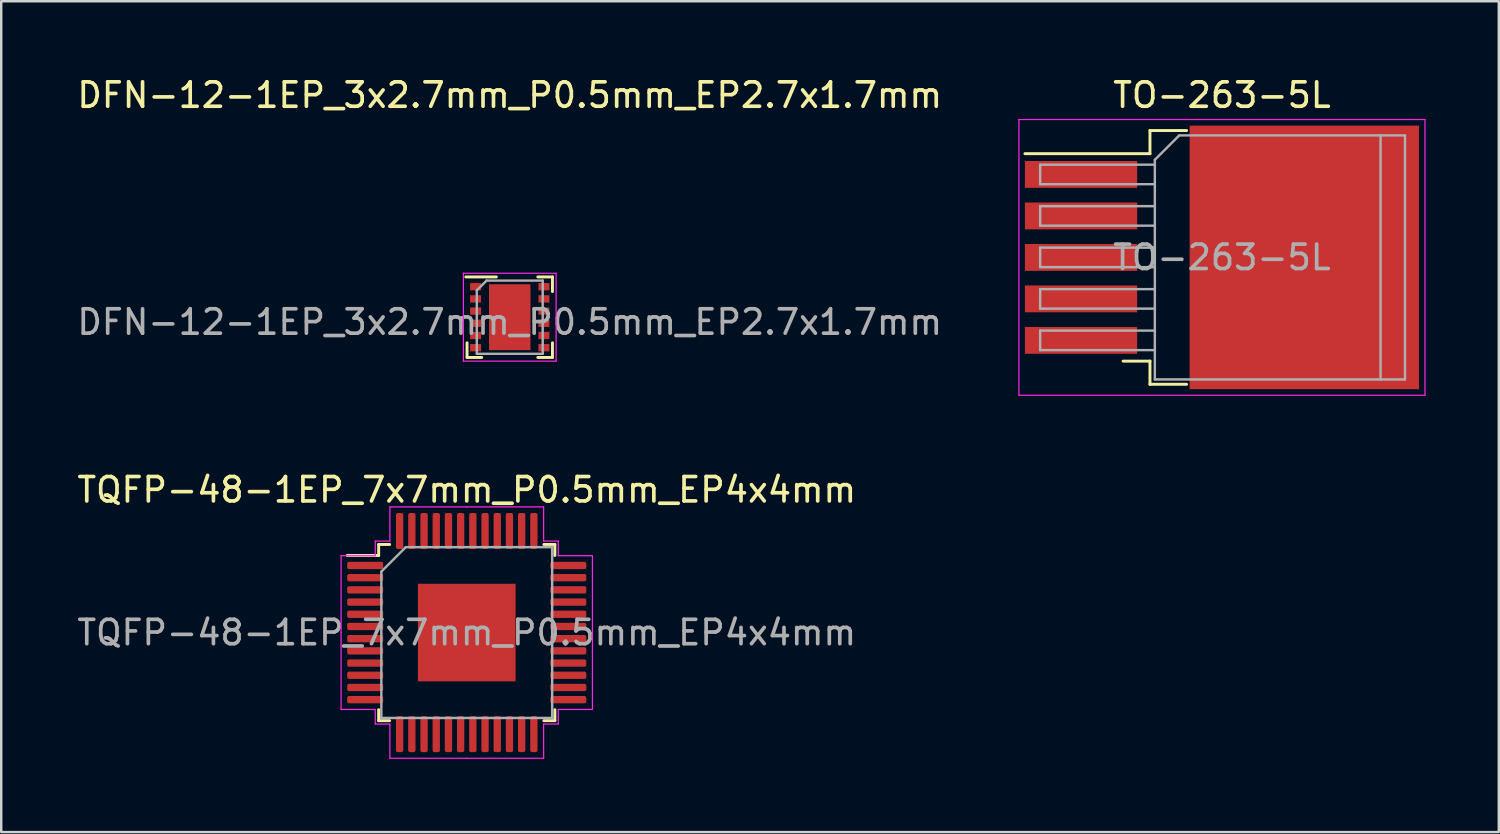
<source format=kicad_pcb>
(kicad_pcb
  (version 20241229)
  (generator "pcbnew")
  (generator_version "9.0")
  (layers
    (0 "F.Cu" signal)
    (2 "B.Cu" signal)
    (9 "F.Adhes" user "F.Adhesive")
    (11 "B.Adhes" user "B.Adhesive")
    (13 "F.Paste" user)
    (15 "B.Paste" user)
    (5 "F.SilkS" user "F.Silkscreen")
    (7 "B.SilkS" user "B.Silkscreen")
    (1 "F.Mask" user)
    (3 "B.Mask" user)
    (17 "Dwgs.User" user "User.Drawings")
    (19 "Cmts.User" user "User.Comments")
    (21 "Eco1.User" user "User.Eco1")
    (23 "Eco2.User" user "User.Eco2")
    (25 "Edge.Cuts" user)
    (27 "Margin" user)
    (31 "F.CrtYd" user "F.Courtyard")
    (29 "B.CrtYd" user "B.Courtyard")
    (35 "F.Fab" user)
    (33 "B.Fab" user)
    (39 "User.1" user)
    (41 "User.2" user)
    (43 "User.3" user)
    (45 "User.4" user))
  (footprint "DFN-12-1EP_3x2.7mm_P0.5mm_EP2.7x1.7mm"
    (layer "F.Cu")
    (at 17.839 9.948)
    (property "Reference" "DFN-12-1EP_3x2.7mm_P0.5mm_EP2.7x1.7mm" (at 0 -9.1 0) (unlocked yes) (layer "F.SilkS") (effects (font (size 1 1) (thickness 0.15))))
    (attr smd)
    (fp_line (start -1.8 -1.65) (end -0.55 -1.65) (stroke (width 0.12) (type default)) (layer "F.SilkS"))
    (fp_line (start -1.75 1.65) (end -1.75 1.05) (stroke (width 0.12) (type default)) (layer "F.SilkS"))
    (fp_line (start -1.15 1.65) (end -1.75 1.65) (stroke (width 0.12) (type default)) (layer "F.SilkS"))
    (fp_line (start 1.15 -1.65) (end 1.75 -1.65) (stroke (width 0.12) (type default)) (layer "F.SilkS"))
    (fp_line (start 1.75 -1.65) (end 1.75 -1.05) (stroke (width 0.12) (type default)) (layer "F.SilkS"))
    (fp_line (start 1.75 1.05) (end 1.75 1.65) (stroke (width 0.12) (type default)) (layer "F.SilkS"))
    (fp_line (start 1.75 1.65) (end 1.15 1.65) (stroke (width 0.12) (type default)) (layer "F.SilkS"))
    (fp_line (start -1.9 -1.8) (end -1.9 1.8) (stroke (width 0.05) (type default)) (layer "F.CrtYd"))
    (fp_line (start -1.9 -1.8) (end 1.9 -1.8) (stroke (width 0.05) (type default)) (layer "F.CrtYd"))
    (fp_line (start -1.9 1.8) (end 1.9 1.8) (stroke (width 0.05) (type default)) (layer "F.CrtYd"))
    (fp_line (start 1.9 -1.8) (end 1.9 1.8) (stroke (width 0.05) (type default)) (layer "F.CrtYd"))
    (fp_line (start -1.35 -1.1) (end -0.95 -1.5) (stroke (width 0.1) (type default)) (layer "F.Fab"))
    (fp_line (start -1.35 1.5) (end -1.35 -1.1) (stroke (width 0.1) (type default)) (layer "F.Fab"))
    (fp_line (start -1.35 1.5) (end 1.35 1.5) (stroke (width 0.1) (type default)) (layer "F.Fab"))
    (fp_line (start -0.95 -1.5) (end 1.35 -1.5) (stroke (width 0.1) (type default)) (layer "F.Fab"))
    (fp_line (start 1.35 -1.5) (end 1.35 1.5) (stroke (width 0.1) (type default)) (layer "F.Fab"))
    (fp_text user "${REFERENCE}" (at 0 0.2 0) (unlocked yes) (layer "F.Fab") (effects (font (size 1 1) (thickness 0.15))))
    (pad "1" smd rect (at -1.4 -1.25 180) (size 0.45 0.3) (layers "F.Cu" "F.Mask" "F.Paste"))
    (pad "2" smd rect (at -1.4 -0.75 180) (size 0.45 0.3) (layers "F.Cu" "F.Mask" "F.Paste"))
    (pad "3" smd rect (at -1.4 -0.25 180) (size 0.45 0.3) (layers "F.Cu" "F.Mask" "F.Paste"))
    (pad "4" smd rect (at -1.4 0.25 180) (size 0.45 0.3) (layers "F.Cu" "F.Mask" "F.Paste"))
    (pad "5" smd rect (at -1.4 0.75 180) (size 0.45 0.3) (layers "F.Cu" "F.Mask" "F.Paste"))
    (pad "6" smd rect (at -1.4 1.25 180) (size 0.45 0.3) (layers "F.Cu" "F.Mask" "F.Paste"))
    (pad "7" smd rect (at 1.4 1.25 180) (size 0.45 0.3) (layers "F.Cu" "F.Mask" "F.Paste"))
    (pad "8" smd rect (at 1.4 0.75 180) (size 0.45 0.3) (layers "F.Cu" "F.Mask" "F.Paste"))
    (pad "9" smd rect (at 1.4 0.25 180) (size 0.45 0.3) (layers "F.Cu" "F.Mask" "F.Paste"))
    (pad "10" smd rect (at 1.4 -0.25 180) (size 0.45 0.3) (layers "F.Cu" "F.Mask" "F.Paste"))
    (pad "11" smd rect (at 1.4 -0.75 180) (size 0.45 0.3) (layers "F.Cu" "F.Mask" "F.Paste"))
    (pad "12" smd rect (at 1.4 -1.25 180) (size 0.45 0.3) (layers "F.Cu" "F.Mask" "F.Paste"))
    (pad "13" smd rect (at 0 0 90) (size 2.7 1.7) (layers "F.Cu" "F.Mask" "F.Paste")))
  (footprint "TQFP-48-1EP_7x7mm_P0.5mm_EP4x4mm"
    (layer "F.Cu")
    (at 16.077 22.872)
    (property "Reference" "TQFP-48-1EP_7x7mm_P0.5mm_EP4x4mm" (at 0 -5.85 0) (layer "F.SilkS") (effects (font (size 1 1) (thickness 0.15))))
    (attr smd)
    (fp_line (start -3.61 -3.61) (end -3.61 -3.16) (stroke (width 0.12) (type solid)) (layer "F.SilkS"))
    (fp_line (start -3.61 -3.16) (end -4.9 -3.16) (stroke (width 0.12) (type solid)) (layer "F.SilkS"))
    (fp_line (start -3.61 3.61) (end -3.61 3.16) (stroke (width 0.12) (type solid)) (layer "F.SilkS"))
    (fp_line (start -3.16 -3.61) (end -3.61 -3.61) (stroke (width 0.12) (type solid)) (layer "F.SilkS"))
    (fp_line (start -3.16 3.61) (end -3.61 3.61) (stroke (width 0.12) (type solid)) (layer "F.SilkS"))
    (fp_line (start 3.16 -3.61) (end 3.61 -3.61) (stroke (width 0.12) (type solid)) (layer "F.SilkS"))
    (fp_line (start 3.16 3.61) (end 3.61 3.61) (stroke (width 0.12) (type solid)) (layer "F.SilkS"))
    (fp_line (start 3.61 -3.61) (end 3.61 -3.16) (stroke (width 0.12) (type solid)) (layer "F.SilkS"))
    (fp_line (start 3.61 3.61) (end 3.61 3.16) (stroke (width 0.12) (type solid)) (layer "F.SilkS"))
    (fp_line (start -5.15 -3.15) (end -5.15 0) (stroke (width 0.05) (type solid)) (layer "F.CrtYd"))
    (fp_line (start -5.15 3.15) (end -5.15 0) (stroke (width 0.05) (type solid)) (layer "F.CrtYd"))
    (fp_line (start -3.75 -3.75) (end -3.75 -3.15) (stroke (width 0.05) (type solid)) (layer "F.CrtYd"))
    (fp_line (start -3.75 -3.15) (end -5.15 -3.15) (stroke (width 0.05) (type solid)) (layer "F.CrtYd"))
    (fp_line (start -3.75 3.15) (end -5.15 3.15) (stroke (width 0.05) (type solid)) (layer "F.CrtYd"))
    (fp_line (start -3.75 3.75) (end -3.75 3.15) (stroke (width 0.05) (type solid)) (layer "F.CrtYd"))
    (fp_line (start -3.15 -5.15) (end -3.15 -3.75) (stroke (width 0.05) (type solid)) (layer "F.CrtYd"))
    (fp_line (start -3.15 -3.75) (end -3.75 -3.75) (stroke (width 0.05) (type solid)) (layer "F.CrtYd"))
    (fp_line (start -3.15 3.75) (end -3.75 3.75) (stroke (width 0.05) (type solid)) (layer "F.CrtYd"))
    (fp_line (start -3.15 5.15) (end -3.15 3.75) (stroke (width 0.05) (type solid)) (layer "F.CrtYd"))
    (fp_line (start 0 -5.15) (end -3.15 -5.15) (stroke (width 0.05) (type solid)) (layer "F.CrtYd"))
    (fp_line (start 0 -5.15) (end 3.15 -5.15) (stroke (width 0.05) (type solid)) (layer "F.CrtYd"))
    (fp_line (start 0 5.15) (end -3.15 5.15) (stroke (width 0.05) (type solid)) (layer "F.CrtYd"))
    (fp_line (start 0 5.15) (end 3.15 5.15) (stroke (width 0.05) (type solid)) (layer "F.CrtYd"))
    (fp_line (start 3.15 -5.15) (end 3.15 -3.75) (stroke (width 0.05) (type solid)) (layer "F.CrtYd"))
    (fp_line (start 3.15 -3.75) (end 3.75 -3.75) (stroke (width 0.05) (type solid)) (layer "F.CrtYd"))
    (fp_line (start 3.15 3.75) (end 3.75 3.75) (stroke (width 0.05) (type solid)) (layer "F.CrtYd"))
    (fp_line (start 3.15 5.15) (end 3.15 3.75) (stroke (width 0.05) (type solid)) (layer "F.CrtYd"))
    (fp_line (start 3.75 -3.75) (end 3.75 -3.15) (stroke (width 0.05) (type solid)) (layer "F.CrtYd"))
    (fp_line (start 3.75 -3.15) (end 5.15 -3.15) (stroke (width 0.05) (type solid)) (layer "F.CrtYd"))
    (fp_line (start 3.75 3.15) (end 5.15 3.15) (stroke (width 0.05) (type solid)) (layer "F.CrtYd"))
    (fp_line (start 3.75 3.75) (end 3.75 3.15) (stroke (width 0.05) (type solid)) (layer "F.CrtYd"))
    (fp_line (start 5.15 -3.15) (end 5.15 0) (stroke (width 0.05) (type solid)) (layer "F.CrtYd"))
    (fp_line (start 5.15 3.15) (end 5.15 0) (stroke (width 0.05) (type solid)) (layer "F.CrtYd"))
    (fp_line (start -3.5 -2.5) (end -2.5 -3.5) (stroke (width 0.1) (type solid)) (layer "F.Fab"))
    (fp_line (start -3.5 3.5) (end -3.5 -2.5) (stroke (width 0.1) (type solid)) (layer "F.Fab"))
    (fp_line (start -2.5 -3.5) (end 3.5 -3.5) (stroke (width 0.1) (type solid)) (layer "F.Fab"))
    (fp_line (start 3.5 -3.5) (end 3.5 3.5) (stroke (width 0.1) (type solid)) (layer "F.Fab"))
    (fp_line (start 3.5 3.5) (end -3.5 3.5) (stroke (width 0.1) (type solid)) (layer "F.Fab"))
    (fp_text user "${REFERENCE}" (at 0 0 0) (layer "F.Fab") (effects (font (size 1 1) (thickness 0.15))))
    (pad "" smd roundrect (at -1.3 -1.3) (size 1.01 1.01) (layers "F.Paste") (roundrect_rratio 0.248))
    (pad "" smd roundrect (at -1.3 0) (size 1.01 1.01) (layers "F.Paste") (roundrect_rratio 0.248))
    (pad "" smd roundrect (at -1.3 1.3) (size 1.01 1.01) (layers "F.Paste") (roundrect_rratio 0.248))
    (pad "" smd roundrect (at 0 -1.3) (size 1.01 1.01) (layers "F.Paste") (roundrect_rratio 0.248))
    (pad "" smd roundrect (at 0 0) (size 1.01 1.01) (layers "F.Paste") (roundrect_rratio 0.248))
    (pad "" smd roundrect (at 0 1.3) (size 1.01 1.01) (layers "F.Paste") (roundrect_rratio 0.248))
    (pad "" smd roundrect (at 1.3 -1.3) (size 1.01 1.01) (layers "F.Paste") (roundrect_rratio 0.248))
    (pad "" smd roundrect (at 1.3 0) (size 1.01 1.01) (layers "F.Paste") (roundrect_rratio 0.248))
    (pad "" smd roundrect (at 1.3 1.3) (size 1.01 1.01) (layers "F.Paste") (roundrect_rratio 0.248))
    (pad "1" smd roundrect (at -4.162 -2.75) (size 1.475 0.3) (layers "F.Cu" "F.Mask" "F.Paste") (roundrect_rratio 0.25))
    (pad "2" smd roundrect (at -4.162 -2.25) (size 1.475 0.3) (layers "F.Cu" "F.Mask" "F.Paste") (roundrect_rratio 0.25))
    (pad "3" smd roundrect (at -4.162 -1.75) (size 1.475 0.3) (layers "F.Cu" "F.Mask" "F.Paste") (roundrect_rratio 0.25))
    (pad "4" smd roundrect (at -4.162 -1.25) (size 1.475 0.3) (layers "F.Cu" "F.Mask" "F.Paste") (roundrect_rratio 0.25))
    (pad "5" smd roundrect (at -4.162 -0.75) (size 1.475 0.3) (layers "F.Cu" "F.Mask" "F.Paste") (roundrect_rratio 0.25))
    (pad "6" smd roundrect (at -4.162 -0.25) (size 1.475 0.3) (layers "F.Cu" "F.Mask" "F.Paste") (roundrect_rratio 0.25))
    (pad "7" smd roundrect (at -4.162 0.25) (size 1.475 0.3) (layers "F.Cu" "F.Mask" "F.Paste") (roundrect_rratio 0.25))
    (pad "8" smd roundrect (at -4.162 0.75) (size 1.475 0.3) (layers "F.Cu" "F.Mask" "F.Paste") (roundrect_rratio 0.25))
    (pad "9" smd roundrect (at -4.162 1.25) (size 1.475 0.3) (layers "F.Cu" "F.Mask" "F.Paste") (roundrect_rratio 0.25))
    (pad "10" smd roundrect (at -4.162 1.75) (size 1.475 0.3) (layers "F.Cu" "F.Mask" "F.Paste") (roundrect_rratio 0.25))
    (pad "11" smd roundrect (at -4.162 2.25) (size 1.475 0.3) (layers "F.Cu" "F.Mask" "F.Paste") (roundrect_rratio 0.25))
    (pad "12" smd roundrect (at -4.162 2.75) (size 1.475 0.3) (layers "F.Cu" "F.Mask" "F.Paste") (roundrect_rratio 0.25))
    (pad "13" smd roundrect (at -2.75 4.162) (size 0.3 1.475) (layers "F.Cu" "F.Mask" "F.Paste") (roundrect_rratio 0.25))
    (pad "14" smd roundrect (at -2.25 4.162) (size 0.3 1.475) (layers "F.Cu" "F.Mask" "F.Paste") (roundrect_rratio 0.25))
    (pad "15" smd roundrect (at -1.75 4.162) (size 0.3 1.475) (layers "F.Cu" "F.Mask" "F.Paste") (roundrect_rratio 0.25))
    (pad "16" smd roundrect (at -1.25 4.162) (size 0.3 1.475) (layers "F.Cu" "F.Mask" "F.Paste") (roundrect_rratio 0.25))
    (pad "17" smd roundrect (at -0.75 4.162) (size 0.3 1.475) (layers "F.Cu" "F.Mask" "F.Paste") (roundrect_rratio 0.25))
    (pad "18" smd roundrect (at -0.25 4.162) (size 0.3 1.475) (layers "F.Cu" "F.Mask" "F.Paste") (roundrect_rratio 0.25))
    (pad "19" smd roundrect (at 0.25 4.162) (size 0.3 1.475) (layers "F.Cu" "F.Mask" "F.Paste") (roundrect_rratio 0.25))
    (pad "20" smd roundrect (at 0.75 4.162) (size 0.3 1.475) (layers "F.Cu" "F.Mask" "F.Paste") (roundrect_rratio 0.25))
    (pad "21" smd roundrect (at 1.25 4.162) (size 0.3 1.475) (layers "F.Cu" "F.Mask" "F.Paste") (roundrect_rratio 0.25))
    (pad "22" smd roundrect (at 1.75 4.162) (size 0.3 1.475) (layers "F.Cu" "F.Mask" "F.Paste") (roundrect_rratio 0.25))
    (pad "23" smd roundrect (at 2.25 4.162) (size 0.3 1.475) (layers "F.Cu" "F.Mask" "F.Paste") (roundrect_rratio 0.25))
    (pad "24" smd roundrect (at 2.75 4.162) (size 0.3 1.475) (layers "F.Cu" "F.Mask" "F.Paste") (roundrect_rratio 0.25))
    (pad "25" smd roundrect (at 4.162 2.75) (size 1.475 0.3) (layers "F.Cu" "F.Mask" "F.Paste") (roundrect_rratio 0.25))
    (pad "26" smd roundrect (at 4.162 2.25) (size 1.475 0.3) (layers "F.Cu" "F.Mask" "F.Paste") (roundrect_rratio 0.25))
    (pad "27" smd roundrect (at 4.162 1.75) (size 1.475 0.3) (layers "F.Cu" "F.Mask" "F.Paste") (roundrect_rratio 0.25))
    (pad "28" smd roundrect (at 4.162 1.25) (size 1.475 0.3) (layers "F.Cu" "F.Mask" "F.Paste") (roundrect_rratio 0.25))
    (pad "29" smd roundrect (at 4.162 0.75) (size 1.475 0.3) (layers "F.Cu" "F.Mask" "F.Paste") (roundrect_rratio 0.25))
    (pad "30" smd roundrect (at 4.162 0.25) (size 1.475 0.3) (layers "F.Cu" "F.Mask" "F.Paste") (roundrect_rratio 0.25))
    (pad "31" smd roundrect (at 4.162 -0.25) (size 1.475 0.3) (layers "F.Cu" "F.Mask" "F.Paste") (roundrect_rratio 0.25))
    (pad "32" smd roundrect (at 4.162 -0.75) (size 1.475 0.3) (layers "F.Cu" "F.Mask" "F.Paste") (roundrect_rratio 0.25))
    (pad "33" smd roundrect (at 4.162 -1.25) (size 1.475 0.3) (layers "F.Cu" "F.Mask" "F.Paste") (roundrect_rratio 0.25))
    (pad "34" smd roundrect (at 4.162 -1.75) (size 1.475 0.3) (layers "F.Cu" "F.Mask" "F.Paste") (roundrect_rratio 0.25))
    (pad "35" smd roundrect (at 4.162 -2.25) (size 1.475 0.3) (layers "F.Cu" "F.Mask" "F.Paste") (roundrect_rratio 0.25))
    (pad "36" smd roundrect (at 4.162 -2.75) (size 1.475 0.3) (layers "F.Cu" "F.Mask" "F.Paste") (roundrect_rratio 0.25))
    (pad "37" smd roundrect (at 2.75 -4.162) (size 0.3 1.475) (layers "F.Cu" "F.Mask" "F.Paste") (roundrect_rratio 0.25))
    (pad "38" smd roundrect (at 2.25 -4.162) (size 0.3 1.475) (layers "F.Cu" "F.Mask" "F.Paste") (roundrect_rratio 0.25))
    (pad "39" smd roundrect (at 1.75 -4.162) (size 0.3 1.475) (layers "F.Cu" "F.Mask" "F.Paste") (roundrect_rratio 0.25))
    (pad "40" smd roundrect (at 1.25 -4.162) (size 0.3 1.475) (layers "F.Cu" "F.Mask" "F.Paste") (roundrect_rratio 0.25))
    (pad "41" smd roundrect (at 0.75 -4.162) (size 0.3 1.475) (layers "F.Cu" "F.Mask" "F.Paste") (roundrect_rratio 0.25))
    (pad "42" smd roundrect (at 0.25 -4.162) (size 0.3 1.475) (layers "F.Cu" "F.Mask" "F.Paste") (roundrect_rratio 0.25))
    (pad "43" smd roundrect (at -0.25 -4.162) (size 0.3 1.475) (layers "F.Cu" "F.Mask" "F.Paste") (roundrect_rratio 0.25))
    (pad "44" smd roundrect (at -0.75 -4.162) (size 0.3 1.475) (layers "F.Cu" "F.Mask" "F.Paste") (roundrect_rratio 0.25))
    (pad "45" smd roundrect (at -1.25 -4.162) (size 0.3 1.475) (layers "F.Cu" "F.Mask" "F.Paste") (roundrect_rratio 0.25))
    (pad "46" smd roundrect (at -1.75 -4.162) (size 0.3 1.475) (layers "F.Cu" "F.Mask" "F.Paste") (roundrect_rratio 0.25))
    (pad "47" smd roundrect (at -2.25 -4.162) (size 0.3 1.475) (layers "F.Cu" "F.Mask" "F.Paste") (roundrect_rratio 0.25))
    (pad "48" smd roundrect (at -2.75 -4.162) (size 0.3 1.475) (layers "F.Cu" "F.Mask" "F.Paste") (roundrect_rratio 0.25))
    (pad "49" smd rect (at 0 0) (size 4 4) (layers "F.Cu" "F.Mask")))
  (footprint "TO-263-5L"
    (layer "F.Cu")
    (at 47.024 7.498)
    (property "Reference" "TO-263-5L" (at 0 -6.65 0) (layer "F.SilkS") (effects (font (size 1 1) (thickness 0.15))))
    (attr smd)
    (fp_line (start -2.95 -5.2) (end -2.95 -4.25) (stroke (width 0.12) (type solid)) (layer "F.SilkS"))
    (fp_line (start -2.95 -4.25) (end -8.075 -4.25) (stroke (width 0.12) (type solid)) (layer "F.SilkS"))
    (fp_line (start -2.95 4.25) (end -4.05 4.25) (stroke (width 0.12) (type solid)) (layer "F.SilkS"))
    (fp_line (start -2.95 5.2) (end -2.95 4.25) (stroke (width 0.12) (type solid)) (layer "F.SilkS"))
    (fp_line (start -1.45 -5.2) (end -2.95 -5.2) (stroke (width 0.12) (type solid)) (layer "F.SilkS"))
    (fp_line (start -1.45 5.2) (end -2.95 5.2) (stroke (width 0.12) (type solid)) (layer "F.SilkS"))
    (fp_line (start -8.32 -5.65) (end -8.32 5.65) (stroke (width 0.05) (type solid)) (layer "F.CrtYd"))
    (fp_line (start -8.32 5.65) (end 8.32 5.65) (stroke (width 0.05) (type solid)) (layer "F.CrtYd"))
    (fp_line (start 8.32 -5.65) (end -8.32 -5.65) (stroke (width 0.05) (type solid)) (layer "F.CrtYd"))
    (fp_line (start 8.32 5.65) (end 8.32 -5.65) (stroke (width 0.05) (type solid)) (layer "F.CrtYd"))
    (fp_line (start -7.45 -3.8) (end -7.45 -3) (stroke (width 0.1) (type solid)) (layer "F.Fab"))
    (fp_line (start -7.45 -3) (end -2.75 -3) (stroke (width 0.1) (type solid)) (layer "F.Fab"))
    (fp_line (start -7.45 -2.1) (end -7.45 -1.3) (stroke (width 0.1) (type solid)) (layer "F.Fab"))
    (fp_line (start -7.45 -1.3) (end -2.75 -1.3) (stroke (width 0.1) (type solid)) (layer "F.Fab"))
    (fp_line (start -7.45 -0.4) (end -7.45 0.4) (stroke (width 0.1) (type solid)) (layer "F.Fab"))
    (fp_line (start -7.45 0.4) (end -2.75 0.4) (stroke (width 0.1) (type solid)) (layer "F.Fab"))
    (fp_line (start -7.45 1.3) (end -7.45 2.1) (stroke (width 0.1) (type solid)) (layer "F.Fab"))
    (fp_line (start -7.45 2.1) (end -2.75 2.1) (stroke (width 0.1) (type solid)) (layer "F.Fab"))
    (fp_line (start -7.45 3) (end -7.45 3.8) (stroke (width 0.1) (type solid)) (layer "F.Fab"))
    (fp_line (start -7.45 3.8) (end -2.75 3.8) (stroke (width 0.1) (type solid)) (layer "F.Fab"))
    (fp_line (start -2.75 -4) (end -1.75 -5) (stroke (width 0.1) (type solid)) (layer "F.Fab"))
    (fp_line (start -2.75 -3.8) (end -7.45 -3.8) (stroke (width 0.1) (type solid)) (layer "F.Fab"))
    (fp_line (start -2.75 -2.1) (end -7.45 -2.1) (stroke (width 0.1) (type solid)) (layer "F.Fab"))
    (fp_line (start -2.75 -0.4) (end -7.45 -0.4) (stroke (width 0.1) (type solid)) (layer "F.Fab"))
    (fp_line (start -2.75 1.3) (end -7.45 1.3) (stroke (width 0.1) (type solid)) (layer "F.Fab"))
    (fp_line (start -2.75 3) (end -7.45 3) (stroke (width 0.1) (type solid)) (layer "F.Fab"))
    (fp_line (start -2.75 5) (end -2.75 -4) (stroke (width 0.1) (type solid)) (layer "F.Fab"))
    (fp_line (start -1.75 -5) (end 6.5 -5) (stroke (width 0.1) (type solid)) (layer "F.Fab"))
    (fp_line (start 6.5 -5) (end 6.5 5) (stroke (width 0.1) (type solid)) (layer "F.Fab"))
    (fp_line (start 6.5 -5) (end 7.5 -5) (stroke (width 0.1) (type solid)) (layer "F.Fab"))
    (fp_line (start 6.5 5) (end -2.75 5) (stroke (width 0.1) (type solid)) (layer "F.Fab"))
    (fp_line (start 7.5 -5) (end 7.5 5) (stroke (width 0.1) (type solid)) (layer "F.Fab"))
    (fp_line (start 7.5 5) (end 6.5 5) (stroke (width 0.1) (type solid)) (layer "F.Fab"))
    (fp_text user "${REFERENCE}" (at 0 0 0) (layer "F.Fab") (effects (font (size 1 1) (thickness 0.15))))
    (pad "" smd rect (at 0.95 -2.775) (size 4.55 5.25) (layers "F.Paste"))
    (pad "" smd rect (at 0.95 2.775) (size 4.55 5.25) (layers "F.Paste"))
    (pad "" smd rect (at 5.8 -2.775) (size 4.55 5.25) (layers "F.Paste"))
    (pad "" smd rect (at 5.8 2.775) (size 4.55 5.25) (layers "F.Paste"))
    (pad "0" smd rect (at 3.375 0) (size 9.4 10.8) (layers "F.Cu" "F.Mask"))
    (pad "1" smd rect (at -5.775 -3.4) (size 4.6 1.1) (layers "F.Cu" "F.Mask" "F.Paste"))
    (pad "2" smd rect (at -5.775 -1.7) (size 4.6 1.1) (layers "F.Cu" "F.Mask" "F.Paste"))
    (pad "3" smd rect (at -5.775 0) (size 4.6 1.1) (layers "F.Cu" "F.Mask" "F.Paste"))
    (pad "4" smd rect (at -5.775 1.7) (size 4.6 1.1) (layers "F.Cu" "F.Mask" "F.Paste"))
    (pad "5" smd rect (at -5.775 3.4) (size 4.6 1.1) (layers "F.Cu" "F.Mask" "F.Paste")))
  (gr_rect
    (start -3 -3)
    (end 58.369 31.047)
    (stroke (width 0.1) (type default))
    (fill no)
    (layer "Edge.Cuts")))
</source>
